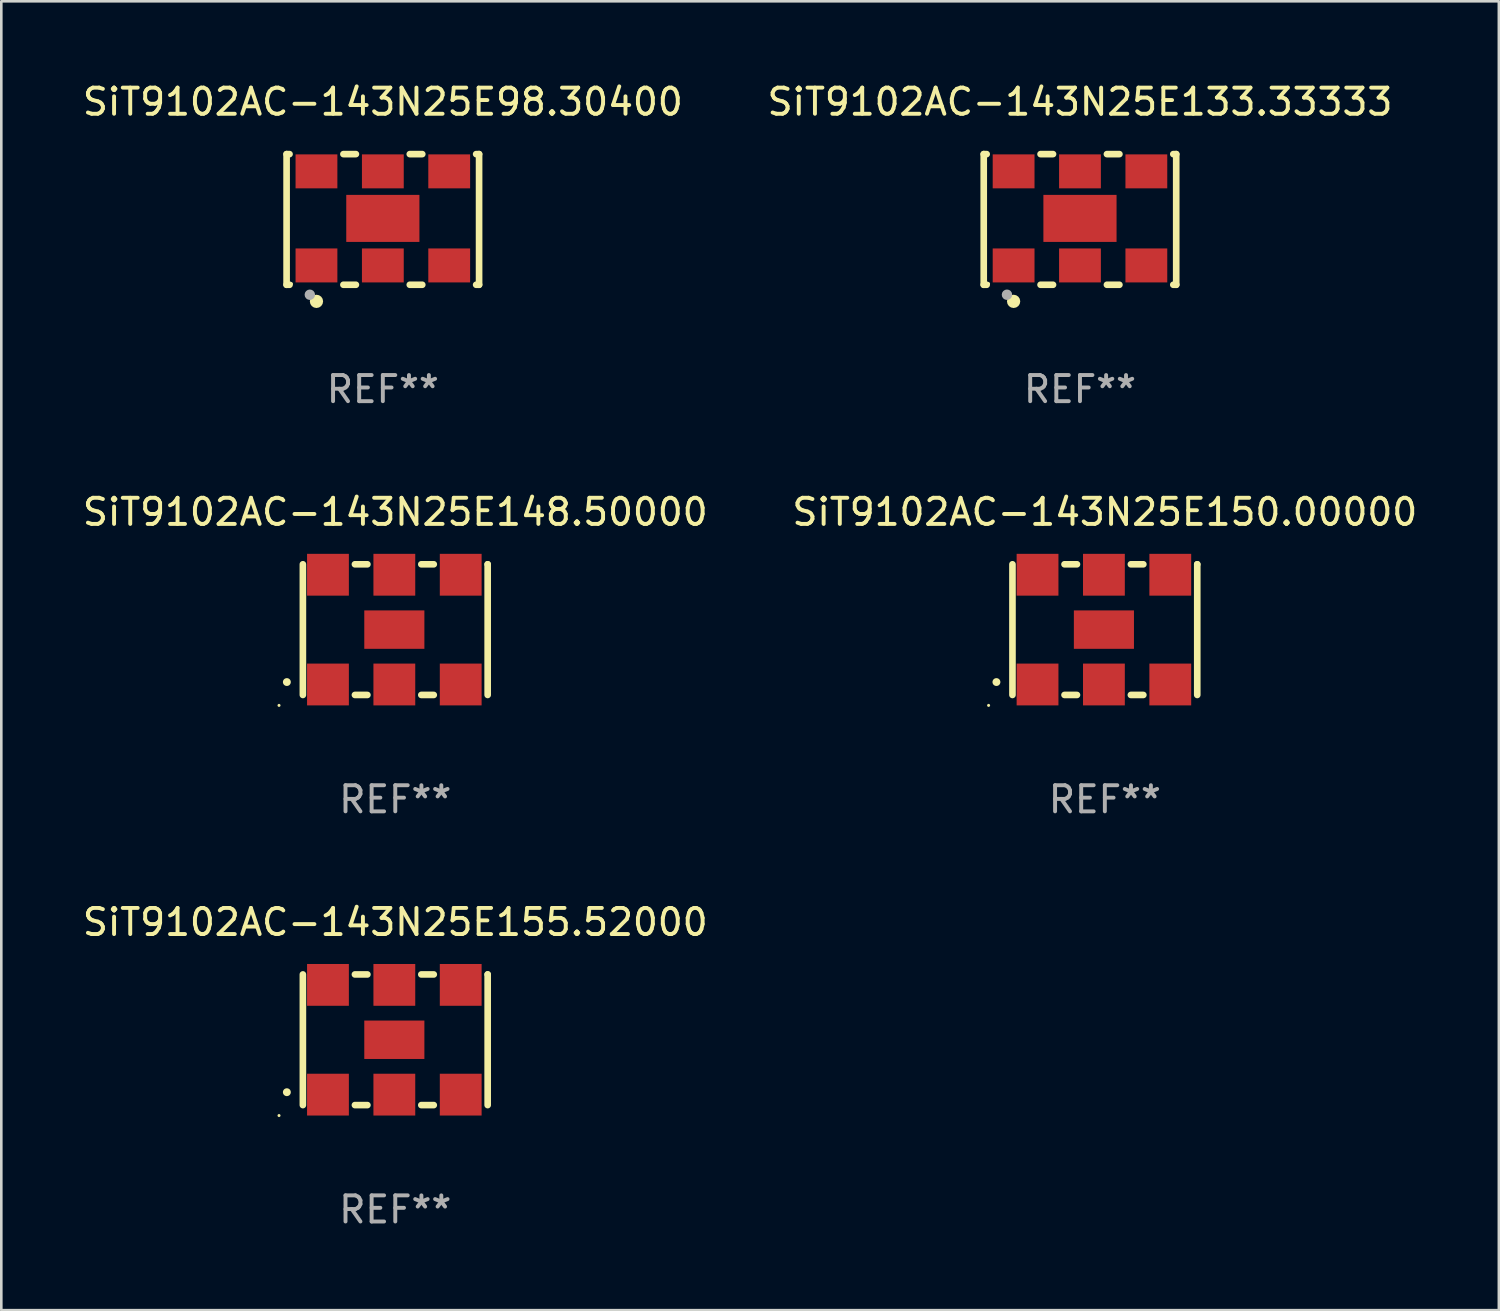
<source format=kicad_pcb>
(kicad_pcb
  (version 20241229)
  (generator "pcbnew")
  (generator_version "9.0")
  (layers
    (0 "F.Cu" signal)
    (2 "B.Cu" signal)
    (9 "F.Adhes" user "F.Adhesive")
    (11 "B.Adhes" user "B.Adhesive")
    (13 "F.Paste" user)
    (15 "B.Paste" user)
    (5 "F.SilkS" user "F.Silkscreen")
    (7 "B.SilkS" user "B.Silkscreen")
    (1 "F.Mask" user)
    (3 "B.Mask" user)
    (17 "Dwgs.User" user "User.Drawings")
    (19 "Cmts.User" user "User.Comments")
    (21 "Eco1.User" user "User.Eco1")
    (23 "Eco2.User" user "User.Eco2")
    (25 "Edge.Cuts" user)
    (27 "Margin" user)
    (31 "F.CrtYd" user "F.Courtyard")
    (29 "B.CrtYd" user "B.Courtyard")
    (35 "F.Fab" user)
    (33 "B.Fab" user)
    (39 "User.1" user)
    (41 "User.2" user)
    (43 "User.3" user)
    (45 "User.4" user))
  (footprint "SiT9102AC-143N25E150.00000"
    (layer "F.Cu")
    (at 39.232 21.045)
    (property "Reference" "SiT9102AC-143N25E150.00000" (at 0 -4.5 0) (layer "F.SilkS") (effects (font (size 1 1) (thickness 0.15))))
    (attr through_hole)
    (fp_line (start -3.536 -2.5) (end -3.536 2.5) (stroke (width 0.254) (type solid)) (layer "F.SilkS"))
    (fp_line (start -1.544 2.5) (end -1.067 2.5) (stroke (width 0.254) (type solid)) (layer "F.SilkS"))
    (fp_line (start -1.067 -2.5) (end -1.544 -2.5) (stroke (width 0.254) (type solid)) (layer "F.SilkS"))
    (fp_line (start 0.996 2.5) (end 1.473 2.5) (stroke (width 0.254) (type solid)) (layer "F.SilkS"))
    (fp_line (start 1.473 -2.5) (end 0.996 -2.5) (stroke (width 0.254) (type solid)) (layer "F.SilkS"))
    (fp_line (start 3.536 -2.5) (end 3.536 -2.5) (stroke (width 0.254) (type solid)) (layer "F.SilkS"))
    (fp_line (start 3.536 2.5) (end 3.536 -2.5) (stroke (width 0.254) (type solid)) (layer "F.SilkS"))
    (fp_arc (start -4.150432 2.006604) (mid -4.149162 2.006599) (end -4.147892 2.006604) (stroke (width 0.3) (type solid)) (layer "F.SilkS"))
    (fp_circle (center -4.449 2.9) (end -4.419 2.9) (stroke (width 0.06) (type solid)) (fill no) (layer "F.SilkS"))
    (fp_text user "REF**" (at 0 6.5 0) (layer "F.Fab") (effects (font (size 1 1) (thickness 0.15))))
    (pad "1" smd rect (at -2.576 2.1) (size 1.6 1.6) (layers "F.Cu" "F.Mask" "F.Paste"))
    (pad "2" smd rect (at -0.036 2.1) (size 1.6 1.6) (layers "F.Cu" "F.Mask" "F.Paste"))
    (pad "3" smd rect (at 2.504 2.1) (size 1.6 1.6) (layers "F.Cu" "F.Mask" "F.Paste"))
    (pad "4" smd rect (at 2.504 -2.1) (size 1.6 1.6) (layers "F.Cu" "F.Mask" "F.Paste"))
    (pad "5" smd rect (at -0.036 -2.1) (size 1.6 1.6) (layers "F.Cu" "F.Mask" "F.Paste"))
    (pad "6" smd rect (at -2.576 -2.1) (size 1.6 1.6) (layers "F.Cu" "F.Mask" "F.Paste"))
    (pad "7" smd rect (at -0.036 0) (size 2.3 1.47) (layers "F.Cu" "F.Mask" "F.Paste")))
  (footprint "SiT9102AC-143N25E148.50000"
    (layer "F.Cu")
    (at 12.077 21.045)
    (property "Reference" "SiT9102AC-143N25E148.50000" (at 0 -4.5 0) (layer "F.SilkS") (effects (font (size 1 1) (thickness 0.15))))
    (attr through_hole)
    (fp_line (start -3.536 -2.5) (end -3.536 2.5) (stroke (width 0.254) (type solid)) (layer "F.SilkS"))
    (fp_line (start -1.544 2.5) (end -1.067 2.5) (stroke (width 0.254) (type solid)) (layer "F.SilkS"))
    (fp_line (start -1.067 -2.5) (end -1.544 -2.5) (stroke (width 0.254) (type solid)) (layer "F.SilkS"))
    (fp_line (start 0.996 2.5) (end 1.473 2.5) (stroke (width 0.254) (type solid)) (layer "F.SilkS"))
    (fp_line (start 1.473 -2.5) (end 0.996 -2.5) (stroke (width 0.254) (type solid)) (layer "F.SilkS"))
    (fp_line (start 3.536 -2.5) (end 3.536 -2.5) (stroke (width 0.254) (type solid)) (layer "F.SilkS"))
    (fp_line (start 3.536 2.5) (end 3.536 -2.5) (stroke (width 0.254) (type solid)) (layer "F.SilkS"))
    (fp_arc (start -4.150432 2.006604) (mid -4.149162 2.006599) (end -4.147892 2.006604) (stroke (width 0.3) (type solid)) (layer "F.SilkS"))
    (fp_circle (center -4.449 2.9) (end -4.419 2.9) (stroke (width 0.06) (type solid)) (fill no) (layer "F.SilkS"))
    (fp_text user "REF**" (at 0 6.5 0) (layer "F.Fab") (effects (font (size 1 1) (thickness 0.15))))
    (pad "1" smd rect (at -2.576 2.1) (size 1.6 1.6) (layers "F.Cu" "F.Mask" "F.Paste"))
    (pad "2" smd rect (at -0.036 2.1) (size 1.6 1.6) (layers "F.Cu" "F.Mask" "F.Paste"))
    (pad "3" smd rect (at 2.504 2.1) (size 1.6 1.6) (layers "F.Cu" "F.Mask" "F.Paste"))
    (pad "4" smd rect (at 2.504 -2.1) (size 1.6 1.6) (layers "F.Cu" "F.Mask" "F.Paste"))
    (pad "5" smd rect (at -0.036 -2.1) (size 1.6 1.6) (layers "F.Cu" "F.Mask" "F.Paste"))
    (pad "6" smd rect (at -2.576 -2.1) (size 1.6 1.6) (layers "F.Cu" "F.Mask" "F.Paste"))
    (pad "7" smd rect (at -0.036 0) (size 2.3 1.47) (layers "F.Cu" "F.Mask" "F.Paste")))
  (footprint "SiT9102AC-143N25E98.30400"
    (layer "F.Cu")
    (at 11.601 5.348)
    (property "Reference" "SiT9102AC-143N25E98.30400" (at 0 -4.5 0) (layer "F.SilkS") (effects (font (size 1 1) (thickness 0.15))))
    (attr through_hole)
    (fp_line (start -3.683 -2.5) (end -3.571 -2.5) (stroke (width 0.254) (type solid)) (layer "F.SilkS"))
    (fp_line (start -3.683 2.5) (end -3.683 -2.5) (stroke (width 0.254) (type solid)) (layer "F.SilkS"))
    (fp_line (start -3.683 2.5) (end -3.571 2.5) (stroke (width 0.254) (type solid)) (layer "F.SilkS"))
    (fp_line (start -1.509 -2.5) (end -1.031 -2.5) (stroke (width 0.254) (type solid)) (layer "F.SilkS"))
    (fp_line (start -1.509 2.5) (end -1.031 2.5) (stroke (width 0.254) (type solid)) (layer "F.SilkS"))
    (fp_line (start 1.031 -2.5) (end 1.509 -2.5) (stroke (width 0.254) (type solid)) (layer "F.SilkS"))
    (fp_line (start 1.031 2.5) (end 1.509 2.5) (stroke (width 0.254) (type solid)) (layer "F.SilkS"))
    (fp_line (start 3.571 -2.5) (end 3.683 -2.5) (stroke (width 0.254) (type solid)) (layer "F.SilkS"))
    (fp_line (start 3.571 2.5) (end 3.683 2.5) (stroke (width 0.254) (type solid)) (layer "F.SilkS"))
    (fp_line (start 3.683 2.5) (end 3.683 -2.5) (stroke (width 0.254) (type solid)) (layer "F.SilkS"))
    (fp_circle (center -3.5 2.46) (end -3.47 2.46) (stroke (width 0.06) (type solid)) (fill no) (layer "F.SilkS"))
    (fp_circle (center -2.54 3.135) (end -2.413 3.135) (stroke (width 0.254) (type solid)) (fill no) (layer "F.SilkS"))
    (fp_circle (center -2.794 2.881) (end -2.694 2.881) (stroke (width 0.2) (type solid)) (fill no) (layer "F.Fab"))
    (fp_text user "REF**" (at 0 6.5 0) (layer "F.Fab") (effects (font (size 1 1) (thickness 0.15))))
    (pad "1" smd rect (at -2.54 1.76) (size 1.6 1.3) (layers "F.Cu" "F.Mask" "F.Paste"))
    (pad "2" smd rect (at 0 1.76) (size 1.6 1.3) (layers "F.Cu" "F.Mask" "F.Paste"))
    (pad "3" smd rect (at 2.54 1.76) (size 1.6 1.3) (layers "F.Cu" "F.Mask" "F.Paste"))
    (pad "4" smd rect (at 2.54 -1.84) (size 1.6 1.3) (layers "F.Cu" "F.Mask" "F.Paste"))
    (pad "5" smd rect (at 0 -1.84) (size 1.6 1.3) (layers "F.Cu" "F.Mask" "F.Paste"))
    (pad "6" smd rect (at -2.54 -1.84) (size 1.6 1.3) (layers "F.Cu" "F.Mask" "F.Paste"))
    (pad "7" smd rect (at 0 -0.04) (size 2.8 1.8) (layers "F.Cu" "F.Mask" "F.Paste")))
  (footprint "SiT9102AC-143N25E133.33333"
    (layer "F.Cu")
    (at 38.28 5.348)
    (property "Reference" "SiT9102AC-143N25E133.33333" (at 0 -4.5 0) (layer "F.SilkS") (effects (font (size 1 1) (thickness 0.15))))
    (attr through_hole)
    (fp_line (start -3.683 -2.5) (end -3.571 -2.5) (stroke (width 0.254) (type solid)) (layer "F.SilkS"))
    (fp_line (start -3.683 2.5) (end -3.683 -2.5) (stroke (width 0.254) (type solid)) (layer "F.SilkS"))
    (fp_line (start -3.683 2.5) (end -3.571 2.5) (stroke (width 0.254) (type solid)) (layer "F.SilkS"))
    (fp_line (start -1.509 -2.5) (end -1.031 -2.5) (stroke (width 0.254) (type solid)) (layer "F.SilkS"))
    (fp_line (start -1.509 2.5) (end -1.031 2.5) (stroke (width 0.254) (type solid)) (layer "F.SilkS"))
    (fp_line (start 1.031 -2.5) (end 1.509 -2.5) (stroke (width 0.254) (type solid)) (layer "F.SilkS"))
    (fp_line (start 1.031 2.5) (end 1.509 2.5) (stroke (width 0.254) (type solid)) (layer "F.SilkS"))
    (fp_line (start 3.571 -2.5) (end 3.683 -2.5) (stroke (width 0.254) (type solid)) (layer "F.SilkS"))
    (fp_line (start 3.571 2.5) (end 3.683 2.5) (stroke (width 0.254) (type solid)) (layer "F.SilkS"))
    (fp_line (start 3.683 2.5) (end 3.683 -2.5) (stroke (width 0.254) (type solid)) (layer "F.SilkS"))
    (fp_circle (center -3.5 2.46) (end -3.47 2.46) (stroke (width 0.06) (type solid)) (fill no) (layer "F.SilkS"))
    (fp_circle (center -2.54 3.135) (end -2.413 3.135) (stroke (width 0.254) (type solid)) (fill no) (layer "F.SilkS"))
    (fp_circle (center -2.794 2.881) (end -2.694 2.881) (stroke (width 0.2) (type solid)) (fill no) (layer "F.Fab"))
    (fp_text user "REF**" (at 0 6.5 0) (layer "F.Fab") (effects (font (size 1 1) (thickness 0.15))))
    (pad "1" smd rect (at -2.54 1.76) (size 1.6 1.3) (layers "F.Cu" "F.Mask" "F.Paste"))
    (pad "2" smd rect (at 0 1.76) (size 1.6 1.3) (layers "F.Cu" "F.Mask" "F.Paste"))
    (pad "3" smd rect (at 2.54 1.76) (size 1.6 1.3) (layers "F.Cu" "F.Mask" "F.Paste"))
    (pad "4" smd rect (at 2.54 -1.84) (size 1.6 1.3) (layers "F.Cu" "F.Mask" "F.Paste"))
    (pad "5" smd rect (at 0 -1.84) (size 1.6 1.3) (layers "F.Cu" "F.Mask" "F.Paste"))
    (pad "6" smd rect (at -2.54 -1.84) (size 1.6 1.3) (layers "F.Cu" "F.Mask" "F.Paste"))
    (pad "7" smd rect (at 0 -0.04) (size 2.8 1.8) (layers "F.Cu" "F.Mask" "F.Paste")))
  (footprint "SiT9102AC-143N25E155.52000"
    (layer "F.Cu")
    (at 12.077 36.741)
    (property "Reference" "SiT9102AC-143N25E155.52000" (at 0 -4.5 0) (layer "F.SilkS") (effects (font (size 1 1) (thickness 0.15))))
    (attr through_hole)
    (fp_line (start -3.536 -2.5) (end -3.536 2.5) (stroke (width 0.254) (type solid)) (layer "F.SilkS"))
    (fp_line (start -1.544 2.5) (end -1.067 2.5) (stroke (width 0.254) (type solid)) (layer "F.SilkS"))
    (fp_line (start -1.067 -2.5) (end -1.544 -2.5) (stroke (width 0.254) (type solid)) (layer "F.SilkS"))
    (fp_line (start 0.996 2.5) (end 1.473 2.5) (stroke (width 0.254) (type solid)) (layer "F.SilkS"))
    (fp_line (start 1.473 -2.5) (end 0.996 -2.5) (stroke (width 0.254) (type solid)) (layer "F.SilkS"))
    (fp_line (start 3.536 -2.5) (end 3.536 -2.5) (stroke (width 0.254) (type solid)) (layer "F.SilkS"))
    (fp_line (start 3.536 2.5) (end 3.536 -2.5) (stroke (width 0.254) (type solid)) (layer "F.SilkS"))
    (fp_arc (start -4.150432 2.006604) (mid -4.149162 2.006599) (end -4.147892 2.006604) (stroke (width 0.3) (type solid)) (layer "F.SilkS"))
    (fp_circle (center -4.449 2.9) (end -4.419 2.9) (stroke (width 0.06) (type solid)) (fill no) (layer "F.SilkS"))
    (fp_text user "REF**" (at 0 6.5 0) (layer "F.Fab") (effects (font (size 1 1) (thickness 0.15))))
    (pad "1" smd rect (at -2.576 2.1) (size 1.6 1.6) (layers "F.Cu" "F.Mask" "F.Paste"))
    (pad "2" smd rect (at -0.036 2.1) (size 1.6 1.6) (layers "F.Cu" "F.Mask" "F.Paste"))
    (pad "3" smd rect (at 2.504 2.1) (size 1.6 1.6) (layers "F.Cu" "F.Mask" "F.Paste"))
    (pad "4" smd rect (at 2.504 -2.1) (size 1.6 1.6) (layers "F.Cu" "F.Mask" "F.Paste"))
    (pad "5" smd rect (at -0.036 -2.1) (size 1.6 1.6) (layers "F.Cu" "F.Mask" "F.Paste"))
    (pad "6" smd rect (at -2.576 -2.1) (size 1.6 1.6) (layers "F.Cu" "F.Mask" "F.Paste"))
    (pad "7" smd rect (at -0.036 0) (size 2.3 1.47) (layers "F.Cu" "F.Mask" "F.Paste")))
  (gr_rect
    (start -3 -3)
    (end 54.31 47.09)
    (stroke (width 0.1) (type default))
    (fill no)
    (layer "Edge.Cuts")))
</source>
